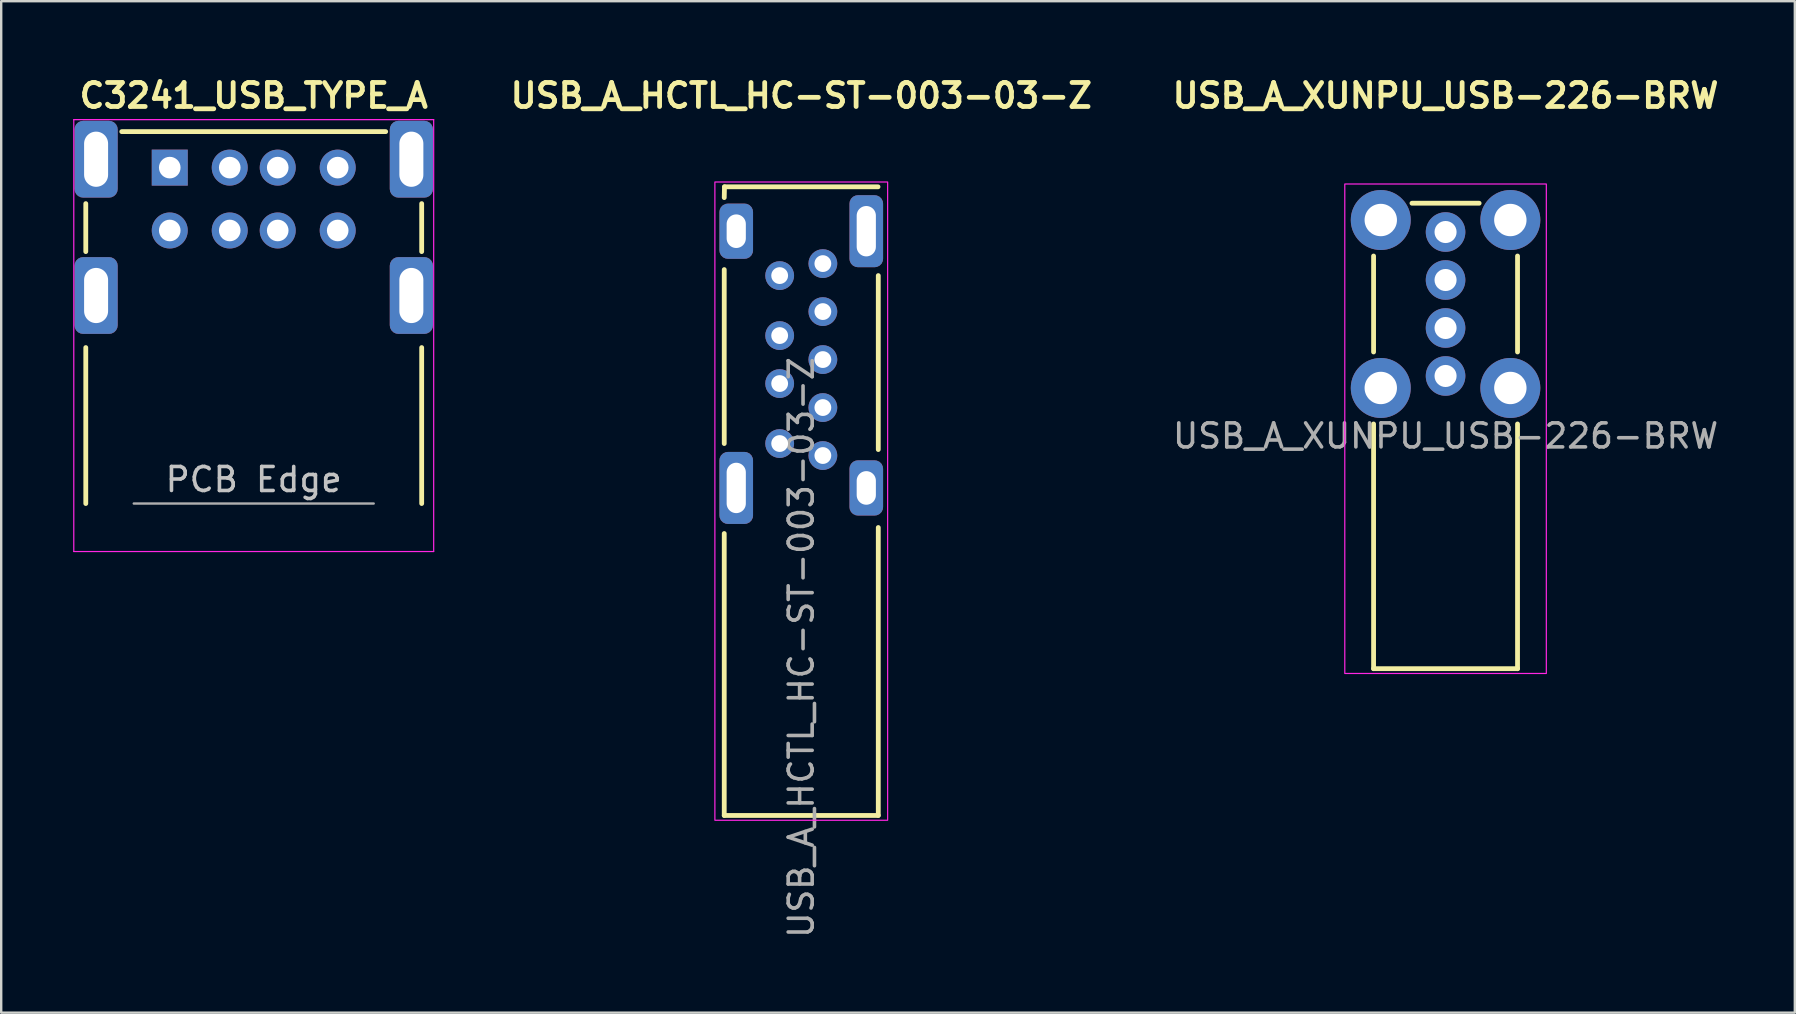
<source format=kicad_pcb>
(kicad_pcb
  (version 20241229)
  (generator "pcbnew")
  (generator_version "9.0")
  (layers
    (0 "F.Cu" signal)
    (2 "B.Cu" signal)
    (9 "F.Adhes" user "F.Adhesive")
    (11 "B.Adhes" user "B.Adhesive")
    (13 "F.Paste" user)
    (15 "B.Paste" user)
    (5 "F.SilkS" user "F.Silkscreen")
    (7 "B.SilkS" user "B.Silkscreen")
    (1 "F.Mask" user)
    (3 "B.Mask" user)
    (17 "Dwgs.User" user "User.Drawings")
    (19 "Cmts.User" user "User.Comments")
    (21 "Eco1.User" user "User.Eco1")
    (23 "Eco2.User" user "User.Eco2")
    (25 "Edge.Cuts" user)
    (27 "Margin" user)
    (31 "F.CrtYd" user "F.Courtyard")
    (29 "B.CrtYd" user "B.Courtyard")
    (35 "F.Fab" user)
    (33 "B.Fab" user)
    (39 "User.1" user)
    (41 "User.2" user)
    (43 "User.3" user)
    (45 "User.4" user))
  (footprint "USB_A_HCTL_HC-ST-003-03-Z"
    (layer "F.Cu")
    (at 30.345 11.936)
    (property "Reference" "USB_A_HCTL_HC-ST-003-03-Z" (at 0 -11 0) (unlocked yes) (layer "F.SilkS") (effects (font (size 1 1) (thickness 0.2))))
    (attr through_hole)
    (fp_line (start -3.21 -6.75) (end -3.2 -7.2) (stroke (width 0.2) (type solid)) (layer "F.SilkS"))
    (fp_line (start -3.21 3.5) (end -3.21 -3.75) (stroke (width 0.2) (type solid)) (layer "F.SilkS"))
    (fp_line (start -3.21 19) (end -3.21 7.25) (stroke (width 0.2) (type solid)) (layer "F.SilkS"))
    (fp_line (start -3.2 -7.2) (end 3.2 -7.2) (stroke (width 0.2) (type solid)) (layer "F.SilkS"))
    (fp_line (start 3.21 -3.5) (end 3.21 3.75) (stroke (width 0.2) (type solid)) (layer "F.SilkS"))
    (fp_line (start 3.21 7) (end 3.21 19) (stroke (width 0.2) (type solid)) (layer "F.SilkS"))
    (fp_line (start 3.21 19) (end -3.21 19) (stroke (width 0.2) (type solid)) (layer "F.SilkS"))
    (fp_rect (start -3.6 -7.4) (end 3.6 19.2) (stroke (width 0.05) (type solid)) (fill no) (layer "F.CrtYd"))
    (fp_text user "${REFERENCE}" (at 0 12 90) (unlocked yes) (layer "F.Fab") (effects (font (size 1 1) (thickness 0.15))))
    (pad "1" thru_hole circle (at -0.9 -3.5) (size 1.2 1.2) (drill 0.7) (layers "*.Cu" "*.Mask"))
    (pad "2" thru_hole circle (at -0.9 -1) (size 1.2 1.2) (drill 0.7) (layers "*.Cu" "*.Mask"))
    (pad "3" thru_hole circle (at -0.9 1) (size 1.2 1.2) (drill 0.7) (layers "*.Cu" "*.Mask"))
    (pad "4" thru_hole circle (at -0.9 3.5) (size 1.2 1.2) (drill 0.7) (layers "*.Cu" "*.Mask"))
    (pad "5" thru_hole circle (at 0.9 4) (size 1.2 1.2) (drill 0.7) (layers "*.Cu" "*.Mask"))
    (pad "6" thru_hole circle (at 0.9 2) (size 1.2 1.2) (drill 0.7) (layers "*.Cu" "*.Mask"))
    (pad "7" thru_hole circle (at 0.9 0) (size 1.2 1.2) (drill 0.7) (layers "*.Cu" "*.Mask"))
    (pad "8" thru_hole circle (at 0.9 -2) (size 1.2 1.2) (drill 0.7) (layers "*.Cu" "*.Mask"))
    (pad "9" thru_hole circle (at 0.9 -4) (size 1.2 1.2) (drill 0.7) (layers "*.Cu" "*.Mask"))
    (pad "10" thru_hole roundrect (at -2.71 -5.35) (size 1.4 2.3) (drill oval 0.8 1.4) (layers "*.Cu" "*.Mask") (roundrect_rratio 0.25))
    (pad "10" thru_hole roundrect (at -2.71 5.35) (size 1.4 3) (drill oval 0.8 2.1) (layers "*.Cu" "*.Mask") (roundrect_rratio 0.25))
    (pad "10" thru_hole roundrect (at 2.71 -5.35) (size 1.4 3) (drill oval 0.8 2.1) (layers "*.Cu" "*.Mask") (roundrect_rratio 0.25))
    (pad "10" thru_hole roundrect (at 2.71 5.35) (size 1.4 2.3) (drill oval 0.8 1.4) (layers "*.Cu" "*.Mask") (roundrect_rratio 0.25)))
  (footprint "USB_A_XUNPU_USB-226-BRW"
    (layer "F.Cu")
    (at 57.198 12.62)
    (property "Reference" "USB_A_XUNPU_USB-226-BRW" (at 0 -11.684 0) (unlocked yes) (layer "F.SilkS") (effects (font (size 1 1) (thickness 0.2))))
    (attr through_hole)
    (fp_line (start -3 -1) (end -3 -5) (stroke (width 0.2) (type solid)) (layer "F.SilkS"))
    (fp_line (start -3 12.2) (end -3 2) (stroke (width 0.2) (type solid)) (layer "F.SilkS"))
    (fp_line (start -1.4 -7.2) (end 1.4 -7.2) (stroke (width 0.2) (type solid)) (layer "F.SilkS"))
    (fp_line (start 3 -5) (end 3 -1) (stroke (width 0.2) (type solid)) (layer "F.SilkS"))
    (fp_line (start 3 2) (end 3 12.2) (stroke (width 0.2) (type solid)) (layer "F.SilkS"))
    (fp_line (start 3 12.2) (end -3 12.2) (stroke (width 0.2) (type solid)) (layer "F.SilkS"))
    (fp_rect (start -4.2 -8) (end 4.2 12.4) (stroke (width 0.05) (type solid)) (fill no) (layer "F.CrtYd"))
    (fp_text user "${REFERENCE}" (at 0 2.5 0) (unlocked yes) (layer "F.Fab") (effects (font (size 1 1) (thickness 0.15))))
    (pad "1" thru_hole circle (at 0 0) (size 1.65 1.65) (drill 0.92) (layers "*.Cu" "*.Mask"))
    (pad "2" thru_hole circle (at 0 -2) (size 1.65 1.65) (drill 0.92) (layers "*.Cu" "*.Mask"))
    (pad "3" thru_hole circle (at 0 -4) (size 1.65 1.65) (drill 0.92) (layers "*.Cu" "*.Mask"))
    (pad "4" thru_hole circle (at 0 -6) (size 1.65 1.65) (drill 0.92) (layers "*.Cu" "*.Mask"))
    (pad "5" thru_hole circle (at -2.7 -6.5) (size 2.5 2.5) (drill 1.35) (layers "*.Cu" "*.Mask"))
    (pad "5" thru_hole circle (at -2.7 0.5) (size 2.5 2.5) (drill 1.35) (layers "*.Cu" "*.Mask"))
    (pad "5" thru_hole circle (at 2.7 -6.5) (size 2.5 2.5) (drill 1.35) (layers "*.Cu" "*.Mask"))
    (pad "5" thru_hole circle (at 2.7 0.5) (size 2.5 2.5) (drill 1.35) (layers "*.Cu" "*.Mask")))
  (footprint "C3241_USB_TYPE_A"
    (layer "F.Cu")
    (at 4.025 3.936)
    (property "Reference" "C3241_USB_TYPE_A" (at 3.5 -3 0) (layer "F.SilkS") (effects (font (size 1 1) (thickness 0.2))))
    (attr through_hole)
    (fp_line (start -3.5 1.5) (end -3.5 3.5) (stroke (width 0.2) (type solid)) (layer "F.SilkS"))
    (fp_line (start -3.5 14) (end -3.5 7.5) (stroke (width 0.2) (type solid)) (layer "F.SilkS"))
    (fp_line (start -2 -1.5) (end 9 -1.5) (stroke (width 0.2) (type solid)) (layer "F.SilkS"))
    (fp_line (start 10.5 1.5) (end 10.5 3.5) (stroke (width 0.2) (type solid)) (layer "F.SilkS"))
    (fp_line (start 10.5 14) (end 10.5 7.5) (stroke (width 0.2) (type solid)) (layer "F.SilkS"))
    (fp_line (start -4 -2) (end 11 -2) (stroke (width 0.05) (type solid)) (layer "F.CrtYd"))
    (fp_line (start -4 16) (end -4 -2) (stroke (width 0.05) (type solid)) (layer "F.CrtYd"))
    (fp_line (start 11 -2) (end 11 16) (stroke (width 0.05) (type solid)) (layer "F.CrtYd"))
    (fp_line (start 11 16) (end -4 16) (stroke (width 0.05) (type solid)) (layer "F.CrtYd"))
    (fp_line (start -1.5 14) (end 8.5 14) (stroke (width 0.1) (type solid)) (layer "F.Fab"))
    (fp_text user "PCB Edge" (at 3.5 13 0) (layer "Dwgs.User") (effects (font (size 1 1) (thickness 0.15))))
    (pad "1" thru_hole rect (at 0 0) (size 1.5 1.5) (drill 0.9) (layers "*.Cu" "*.Mask"))
    (pad "2" thru_hole circle (at 2.5 0) (size 1.5 1.5) (drill 0.9) (layers "*.Cu" "*.Mask"))
    (pad "3" thru_hole circle (at 4.5 0) (size 1.5 1.5) (drill 0.9) (layers "*.Cu" "*.Mask"))
    (pad "4" thru_hole circle (at 7 0) (size 1.5 1.5) (drill 0.9) (layers "*.Cu" "*.Mask"))
    (pad "5" thru_hole circle (at 0 2.62) (size 1.5 1.5) (drill 0.9) (layers "*.Cu" "*.Mask"))
    (pad "6" thru_hole circle (at 2.5 2.62) (size 1.5 1.5) (drill 0.9) (layers "*.Cu" "*.Mask"))
    (pad "7" thru_hole circle (at 4.5 2.62) (size 1.5 1.5) (drill 0.9) (layers "*.Cu" "*.Mask"))
    (pad "8" thru_hole circle (at 7 2.62) (size 1.5 1.5) (drill 0.9) (layers "*.Cu" "*.Mask"))
    (pad "9" thru_hole roundrect (at -3.07 5.33 90) (size 3.2 1.8) (drill oval 2.3 1) (layers "*.Cu" "*.Mask") (roundrect_rratio 0.2))
    (pad "10" thru_hole roundrect (at 10.07 5.33 90) (size 3.2 1.8) (drill oval 2.3 1) (layers "*.Cu" "*.Mask") (roundrect_rratio 0.2))
    (pad "11" thru_hole roundrect (at 10.07 -0.35 90) (size 3.2 1.8) (drill oval 2.3 1) (layers "*.Cu" "*.Mask") (roundrect_rratio 0.2))
    (pad "12" thru_hole roundrect (at -3.07 -0.35 90) (size 3.2 1.8) (drill oval 2.3 1) (layers "*.Cu" "*.Mask") (roundrect_rratio 0.2)))
  (gr_rect
    (start -3 -3)
    (end 71.755 39.156)
    (stroke (width 0.1) (type default))
    (fill no)
    (layer "Edge.Cuts")))
</source>
